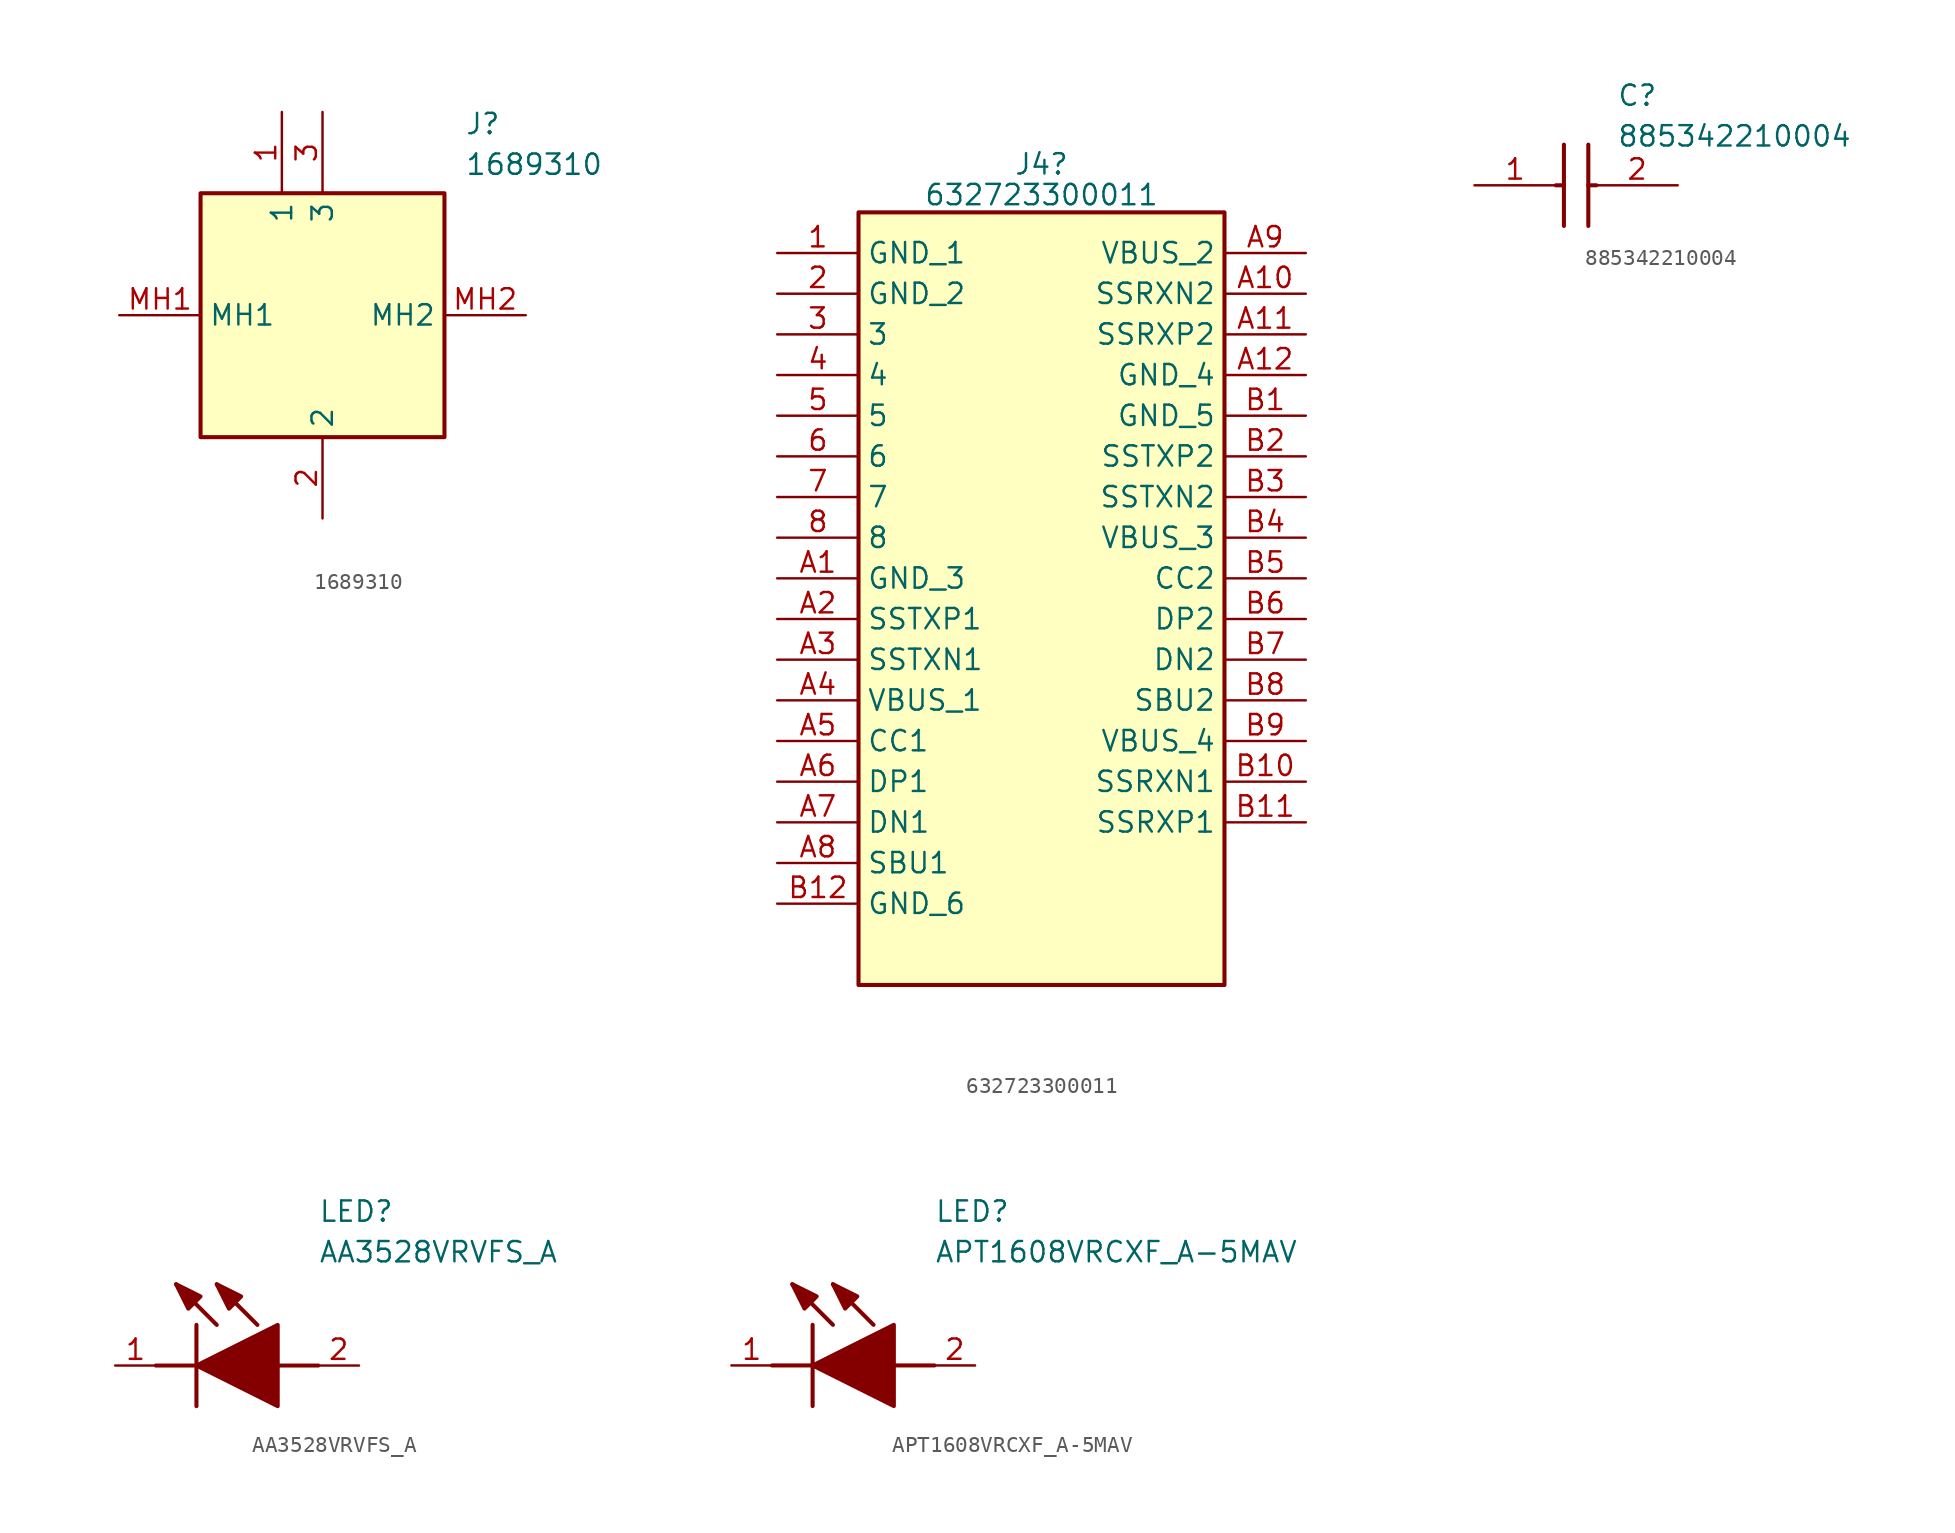
<source format=kicad_sym>
(kicad_symbol_lib
  (version 20231120)
  (generator "kicad_symbol_editor")
  (generator_version "8.0")
  (symbol "1689310"
    (property "Reference" "J"
      (at 21.59 12.7 0)
      (effects (font (size 1.27 1.27)) (justify left top)))
    (property "Value" "1689310"
      (at 21.59 10.16 0)
      (effects (font (size 1.27 1.27)) (justify left top)))
    (symbol "1689310_1_1"
      (rectangle (start 5.08 7.62) (end 20.32 -7.62) (stroke (width 0.254) (type default)) (fill (type background)))
      (pin passive line (at 10.16 12.7 270) (length 5.08) (name "1" (effects (font (size 1.27 1.27)))) (number "1" (effects (font (size 1.27 1.27)))))
      (pin passive line (at 12.7 -12.7 90) (length 5.08) (name "2" (effects (font (size 1.27 1.27)))) (number "2" (effects (font (size 1.27 1.27)))))
      (pin passive line (at 12.7 12.7 270) (length 5.08) (name "3" (effects (font (size 1.27 1.27)))) (number "3" (effects (font (size 1.27 1.27)))))
      (pin passive line (at 0 0 0) (length 5.08) (name "MH1" (effects (font (size 1.27 1.27)))) (number "MH1" (effects (font (size 1.27 1.27)))))
      (pin passive line (at 25.4 0 180) (length 5.08) (name "MH2" (effects (font (size 1.27 1.27)))) (number "MH2" (effects (font (size 1.27 1.27)))))))
  (symbol "632723300011"
    (property "Reference" "J4"
      (at 16.51 5.55 0)
      (effects (font (size 1.27 1.27))))
    (property "Value" "632723300011"
      (at 16.51 3.629 0)
      (effects (font (size 1.27 1.27))))
    (symbol "632723300011_1_1"
      (rectangle (start 5.08 2.54) (end 27.94 -45.72) (stroke (width 0.254) (type default)) (fill (type background)))
      (pin passive line (at 0 0 0) (length 5.08) (name "GND_1" (effects (font (size 1.27 1.27)))) (number "1" (effects (font (size 1.27 1.27)))))
      (pin passive line (at 0 -2.54 0) (length 5.08) (name "GND_2" (effects (font (size 1.27 1.27)))) (number "2" (effects (font (size 1.27 1.27)))))
      (pin passive line (at 0 -5.08 0) (length 5.08) (name "3" (effects (font (size 1.27 1.27)))) (number "3" (effects (font (size 1.27 1.27)))))
      (pin passive line (at 0 -7.62 0) (length 5.08) (name "4" (effects (font (size 1.27 1.27)))) (number "4" (effects (font (size 1.27 1.27)))))
      (pin passive line (at 0 -10.16 0) (length 5.08) (name "5" (effects (font (size 1.27 1.27)))) (number "5" (effects (font (size 1.27 1.27)))))
      (pin passive line (at 0 -12.7 0) (length 5.08) (name "6" (effects (font (size 1.27 1.27)))) (number "6" (effects (font (size 1.27 1.27)))))
      (pin passive line (at 0 -15.24 0) (length 5.08) (name "7" (effects (font (size 1.27 1.27)))) (number "7" (effects (font (size 1.27 1.27)))))
      (pin passive line (at 0 -17.78 0) (length 5.08) (name "8" (effects (font (size 1.27 1.27)))) (number "8" (effects (font (size 1.27 1.27)))))
      (pin passive line (at 0 -20.32 0) (length 5.08) (name "GND_3" (effects (font (size 1.27 1.27)))) (number "A1" (effects (font (size 1.27 1.27)))))
      (pin passive line (at 33.02 -2.54 180) (length 5.08) (name "SSRXN2" (effects (font (size 1.27 1.27)))) (number "A10" (effects (font (size 1.27 1.27)))))
      (pin passive line (at 33.02 -5.08 180) (length 5.08) (name "SSRXP2" (effects (font (size 1.27 1.27)))) (number "A11" (effects (font (size 1.27 1.27)))))
      (pin passive line (at 33.02 -7.62 180) (length 5.08) (name "GND_4" (effects (font (size 1.27 1.27)))) (number "A12" (effects (font (size 1.27 1.27)))))
      (pin passive line (at 0 -22.86 0) (length 5.08) (name "SSTXP1" (effects (font (size 1.27 1.27)))) (number "A2" (effects (font (size 1.27 1.27)))))
      (pin passive line (at 0 -25.4 0) (length 5.08) (name "SSTXN1" (effects (font (size 1.27 1.27)))) (number "A3" (effects (font (size 1.27 1.27)))))
      (pin passive line (at 0 -27.94 0) (length 5.08) (name "VBUS_1" (effects (font (size 1.27 1.27)))) (number "A4" (effects (font (size 1.27 1.27)))))
      (pin passive line (at 0 -30.48 0) (length 5.08) (name "CC1" (effects (font (size 1.27 1.27)))) (number "A5" (effects (font (size 1.27 1.27)))))
      (pin passive line (at 0 -33.02 0) (length 5.08) (name "DP1" (effects (font (size 1.27 1.27)))) (number "A6" (effects (font (size 1.27 1.27)))))
      (pin passive line (at 0 -35.56 0) (length 5.08) (name "DN1" (effects (font (size 1.27 1.27)))) (number "A7" (effects (font (size 1.27 1.27)))))
      (pin passive line (at 0 -38.1 0) (length 5.08) (name "SBU1" (effects (font (size 1.27 1.27)))) (number "A8" (effects (font (size 1.27 1.27)))))
      (pin passive line (at 33.02 0 180) (length 5.08) (name "VBUS_2" (effects (font (size 1.27 1.27)))) (number "A9" (effects (font (size 1.27 1.27)))))
      (pin passive line (at 33.02 -10.16 180) (length 5.08) (name "GND_5" (effects (font (size 1.27 1.27)))) (number "B1" (effects (font (size 1.27 1.27)))))
      (pin passive line (at 33.02 -33.02 180) (length 5.08) (name "SSRXN1" (effects (font (size 1.27 1.27)))) (number "B10" (effects (font (size 1.27 1.27)))))
      (pin passive line (at 33.02 -35.56 180) (length 5.08) (name "SSRXP1" (effects (font (size 1.27 1.27)))) (number "B11" (effects (font (size 1.27 1.27)))))
      (pin passive line (at 0 -40.64 0) (length 5.08) (name "GND_6" (effects (font (size 1.27 1.27)))) (number "B12" (effects (font (size 1.27 1.27)))))
      (pin passive line (at 33.02 -12.7 180) (length 5.08) (name "SSTXP2" (effects (font (size 1.27 1.27)))) (number "B2" (effects (font (size 1.27 1.27)))))
      (pin passive line (at 33.02 -15.24 180) (length 5.08) (name "SSTXN2" (effects (font (size 1.27 1.27)))) (number "B3" (effects (font (size 1.27 1.27)))))
      (pin passive line (at 33.02 -17.78 180) (length 5.08) (name "VBUS_3" (effects (font (size 1.27 1.27)))) (number "B4" (effects (font (size 1.27 1.27)))))
      (pin passive line (at 33.02 -20.32 180) (length 5.08) (name "CC2" (effects (font (size 1.27 1.27)))) (number "B5" (effects (font (size 1.27 1.27)))))
      (pin passive line (at 33.02 -22.86 180) (length 5.08) (name "DP2" (effects (font (size 1.27 1.27)))) (number "B6" (effects (font (size 1.27 1.27)))))
      (pin passive line (at 33.02 -25.4 180) (length 5.08) (name "DN2" (effects (font (size 1.27 1.27)))) (number "B7" (effects (font (size 1.27 1.27)))))
      (pin passive line (at 33.02 -27.94 180) (length 5.08) (name "SBU2" (effects (font (size 1.27 1.27)))) (number "B8" (effects (font (size 1.27 1.27)))))
      (pin passive line (at 33.02 -30.48 180) (length 5.08) (name "VBUS_4" (effects (font (size 1.27 1.27)))) (number "B9" (effects (font (size 1.27 1.27)))))))
  (symbol "885342210004"
    (pin_names hide)
    (property "Reference" "C"
      (at 8.89 6.35 0)
      (effects (font (size 1.27 1.27)) (justify left top)))
    (property "Value" "885342210004"
      (at 8.89 3.81 0)
      (effects (font (size 1.27 1.27)) (justify left top)))
    (symbol "885342210004_1_1"
      (polyline (pts (xy 5.08 0) (xy 5.588 0)) (stroke (width 0.254) (type default)) (fill (type none)))
      (polyline (pts (xy 5.588 2.54) (xy 5.588 -2.54)) (stroke (width 0.254) (type default)) (fill (type none)))
      (polyline (pts (xy 7.112 0) (xy 7.62 0)) (stroke (width 0.254) (type default)) (fill (type none)))
      (polyline (pts (xy 7.112 2.54) (xy 7.112 -2.54)) (stroke (width 0.254) (type default)) (fill (type none)))
      (pin passive line (at 0 0 0) (length 5.08) (name "1" (effects (font (size 1.27 1.27)))) (number "1" (effects (font (size 1.27 1.27)))))
      (pin passive line (at 12.7 0 180) (length 5.08) (name "2" (effects (font (size 1.27 1.27)))) (number "2" (effects (font (size 1.27 1.27)))))))
  (symbol "AA3528VRVFS_A"
    (pin_names hide)
    (property "Reference" "LED"
      (at 12.7 8.89 0)
      (effects (font (size 1.27 1.27)) (justify left bottom)))
    (property "Value" "AA3528VRVFS_A"
      (at 12.7 6.35 0)
      (effects (font (size 1.27 1.27)) (justify left bottom)))
    (symbol "AA3528VRVFS_A_1_1"
      (polyline (pts (xy 2.54 0) (xy 5.08 0)) (stroke (width 0.254) (type default)) (fill (type none)))
      (polyline (pts (xy 5.08 2.54) (xy 5.08 -2.54)) (stroke (width 0.254) (type default)) (fill (type none)))
      (polyline (pts (xy 6.35 2.54) (xy 3.81 5.08)) (stroke (width 0.254) (type default)) (fill (type none)))
      (polyline (pts (xy 8.89 2.54) (xy 6.35 5.08)) (stroke (width 0.254) (type default)) (fill (type none)))
      (polyline (pts (xy 10.16 0) (xy 12.7 0)) (stroke (width 0.254) (type default)) (fill (type none)))
      (polyline (pts (xy 5.08 0) (xy 10.16 2.54) (xy 10.16 -2.54) (xy 5.08 0)) (stroke (width 0.254) (type default)) (fill (type outline)))
      (polyline (pts (xy 5.334 4.318) (xy 4.572 3.556) (xy 3.81 5.08) (xy 5.334 4.318)) (stroke (width 0.254) (type default)) (fill (type outline)))
      (polyline (pts (xy 7.874 4.318) (xy 7.112 3.556) (xy 6.35 5.08) (xy 7.874 4.318)) (stroke (width 0.254) (type default)) (fill (type outline)))
      (pin passive line (at 0 0 0) (length 2.54) (name "K" (effects (font (size 1.27 1.27)))) (number "1" (effects (font (size 1.27 1.27)))))
      (pin passive line (at 15.24 0 180) (length 2.54) (name "A" (effects (font (size 1.27 1.27)))) (number "2" (effects (font (size 1.27 1.27)))))))
  (symbol "APT1608VRCXF_A-5MAV"
    (pin_names hide)
    (property "Reference" "LED"
      (at 12.7 8.89 0)
      (effects (font (size 1.27 1.27)) (justify left bottom)))
    (property "Value" "APT1608VRCXF_A-5MAV"
      (at 12.7 6.35 0)
      (effects (font (size 1.27 1.27)) (justify left bottom)))
    (symbol "APT1608VRCXF_A-5MAV_1_1"
      (polyline (pts (xy 2.54 0) (xy 5.08 0)) (stroke (width 0.254) (type default)) (fill (type none)))
      (polyline (pts (xy 5.08 2.54) (xy 5.08 -2.54)) (stroke (width 0.254) (type default)) (fill (type none)))
      (polyline (pts (xy 6.35 2.54) (xy 3.81 5.08)) (stroke (width 0.254) (type default)) (fill (type none)))
      (polyline (pts (xy 8.89 2.54) (xy 6.35 5.08)) (stroke (width 0.254) (type default)) (fill (type none)))
      (polyline (pts (xy 10.16 0) (xy 12.7 0)) (stroke (width 0.254) (type default)) (fill (type none)))
      (polyline (pts (xy 5.08 0) (xy 10.16 2.54) (xy 10.16 -2.54) (xy 5.08 0)) (stroke (width 0.254) (type default)) (fill (type outline)))
      (polyline (pts (xy 5.334 4.318) (xy 4.572 3.556) (xy 3.81 5.08) (xy 5.334 4.318)) (stroke (width 0.254) (type default)) (fill (type outline)))
      (polyline (pts (xy 7.874 4.318) (xy 7.112 3.556) (xy 6.35 5.08) (xy 7.874 4.318)) (stroke (width 0.254) (type default)) (fill (type outline)))
      (pin passive line (at 0 0 0) (length 2.54) (name "K" (effects (font (size 1.27 1.27)))) (number "1" (effects (font (size 1.27 1.27)))))
      (pin passive line (at 15.24 0 180) (length 2.54) (name "A" (effects (font (size 1.27 1.27)))) (number "2" (effects (font (size 1.27 1.27))))))))
</source>
